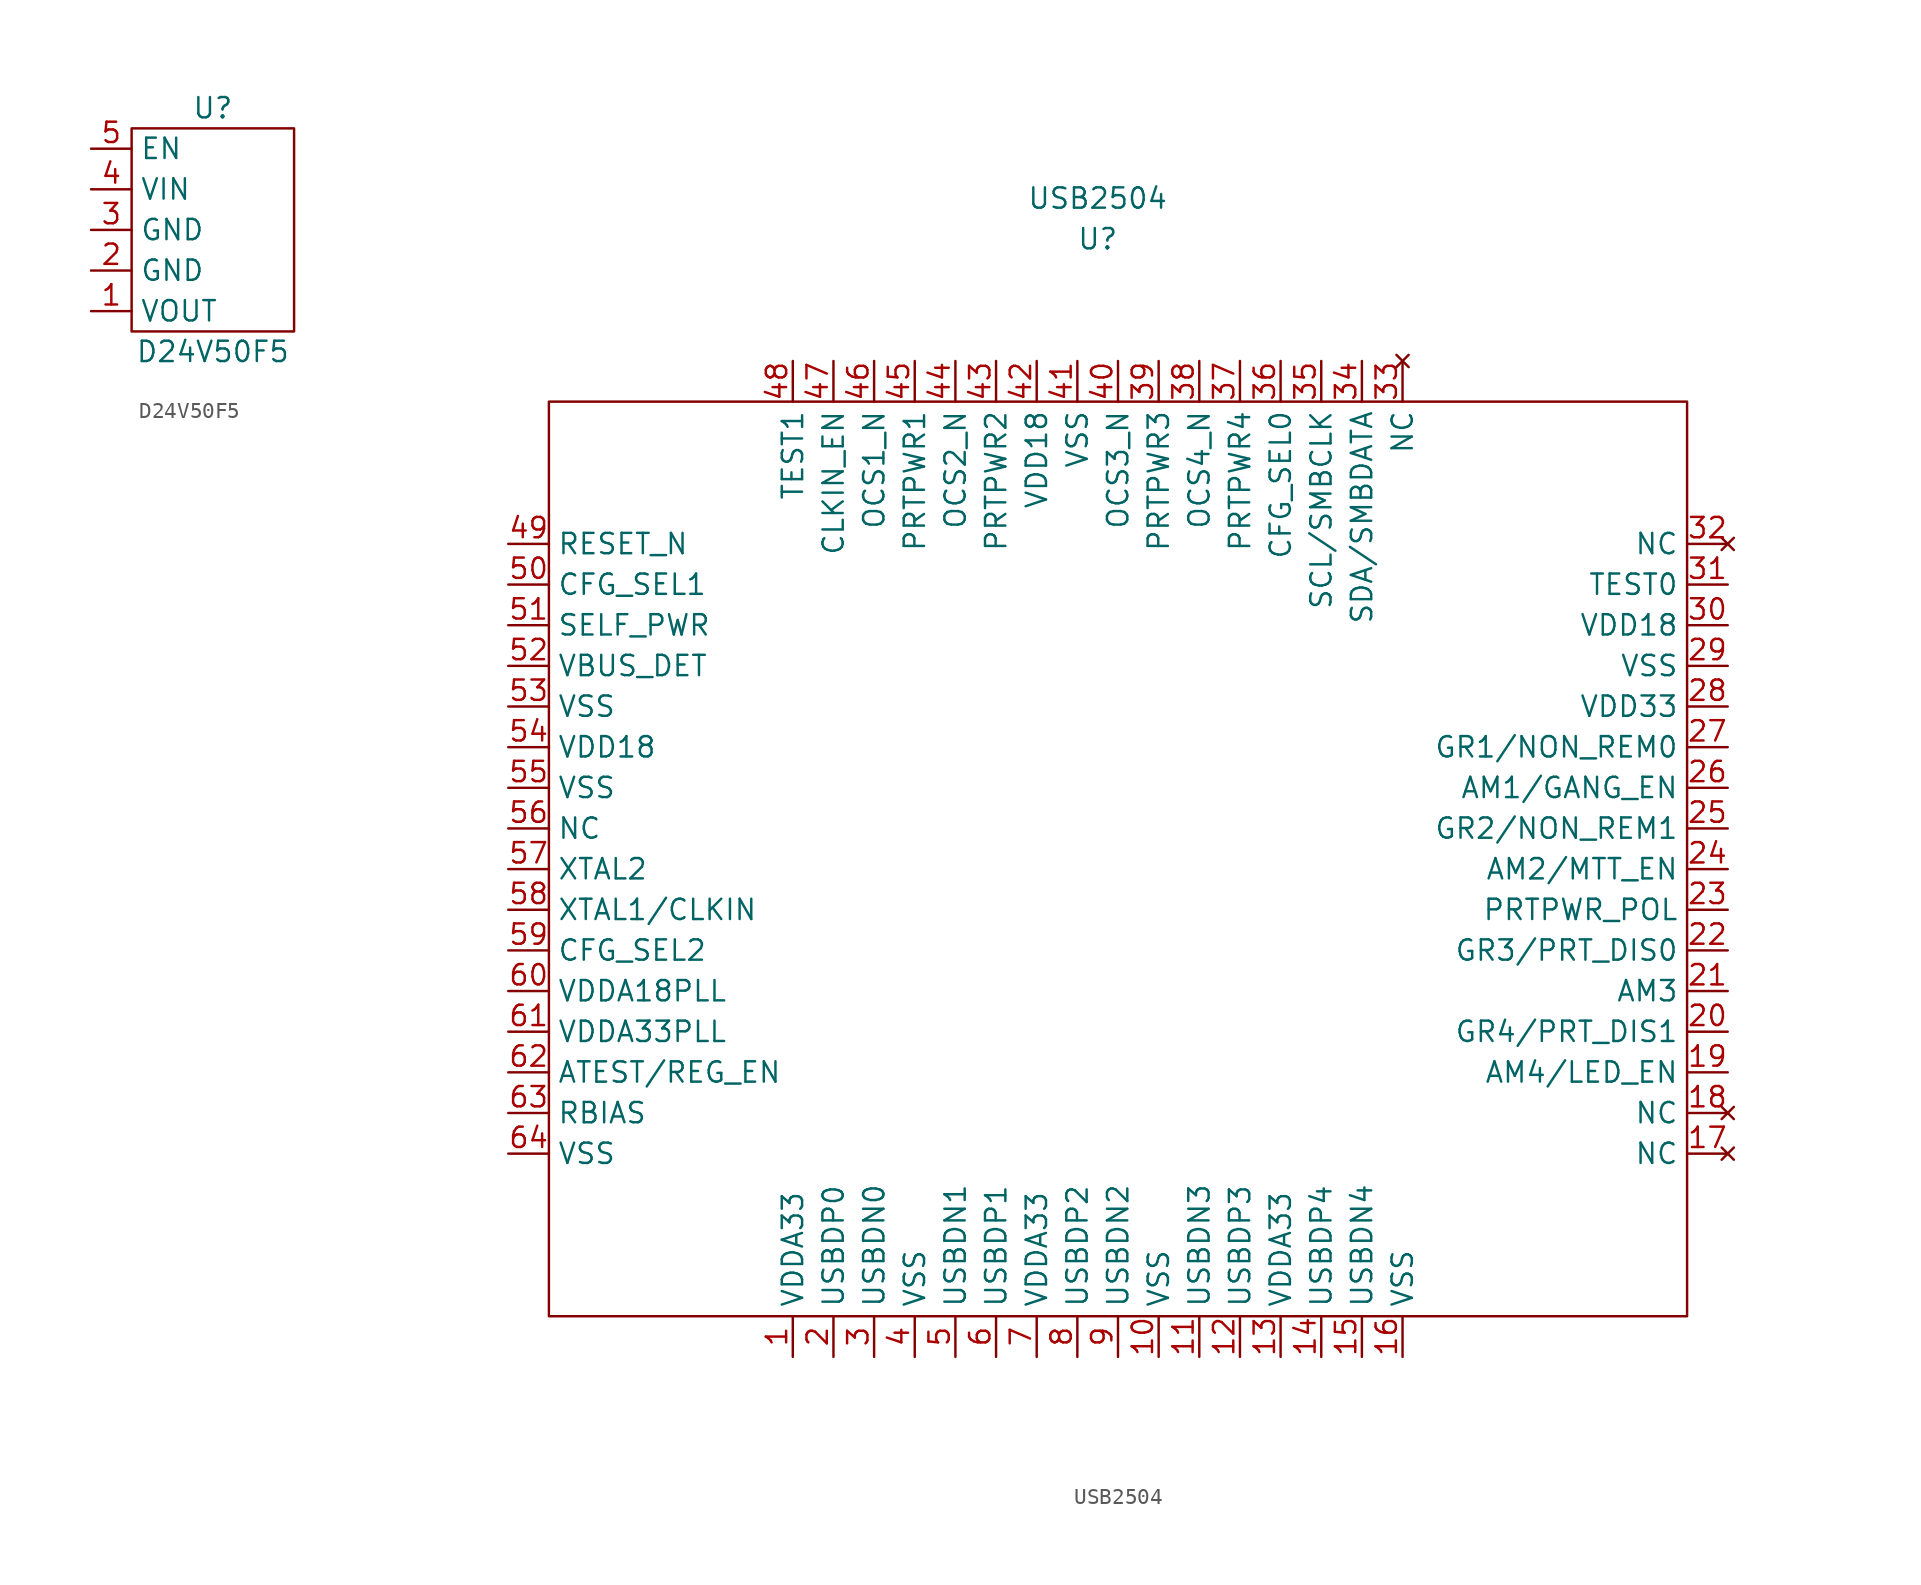
<source format=kicad_sym>
(kicad_symbol_lib
  (version 20211014)
  (generator kicad_symbol_editor)
  (symbol "D24V50F5"
    (property "Reference" "U"
      (at 0 7.62 0)
      (effects (font (size 1.27 1.27))))
    (property "Value" "D24V50F5"
      (at 0 -7.62 0)
      (effects (font (size 1.27 1.27))))
    (symbol "D24V50F5_0_1"
      (rectangle (start -5.08 6.35) (end 5.08 -6.35) (stroke (width 0) (type default) (color 0 0 0 0)) (fill (type none))))
    (symbol "D24V50F5_1_1"
      (pin output line (at -7.62 -5.08 0) (length 2.54) (name "VOUT" (effects (font (size 1.27 1.27)))) (number "1" (effects (font (size 1.27 1.27)))))
      (pin input line (at -7.62 -2.54 0) (length 2.54) (name "GND" (effects (font (size 1.27 1.27)))) (number "2" (effects (font (size 1.27 1.27)))))
      (pin input line (at -7.62 0 0) (length 2.54) (name "GND" (effects (font (size 1.27 1.27)))) (number "3" (effects (font (size 1.27 1.27)))))
      (pin input line (at -7.62 2.54 0) (length 2.54) (name "VIN" (effects (font (size 1.27 1.27)))) (number "4" (effects (font (size 1.27 1.27)))))
      (pin input line (at -7.62 5.08 0) (length 2.54) (name "EN" (effects (font (size 1.27 1.27)))) (number "5" (effects (font (size 1.27 1.27)))))))
  (symbol "USB2504"
    (property "Reference" "U"
      (at 0 38.1 0)
      (effects (font (size 1.27 1.27))))
    (property "Value" "USB2504"
      (at 0 40.64 0)
      (effects (font (size 1.27 1.27))))
    (symbol "USB2504_0_1"
      (rectangle (start -34.29 27.94) (end 36.83 -29.21) (stroke (width 0) (type default) (color 0 0 0 0)) (fill (type none))))
    (symbol "USB2504_1_1"
      (pin input line (at -19.05 -31.75 90) (length 2.54) (name "VDDA33" (effects (font (size 1.27 1.27)))) (number "1" (effects (font (size 1.27 1.27)))))
      (pin input line (at 3.81 -31.75 90) (length 2.54) (name "VSS" (effects (font (size 1.27 1.27)))) (number "10" (effects (font (size 1.27 1.27)))))
      (pin input line (at 6.35 -31.75 90) (length 2.54) (name "USBDN3" (effects (font (size 1.27 1.27)))) (number "11" (effects (font (size 1.27 1.27)))))
      (pin input line (at 8.89 -31.75 90) (length 2.54) (name "USBDP3" (effects (font (size 1.27 1.27)))) (number "12" (effects (font (size 1.27 1.27)))))
      (pin input line (at 11.43 -31.75 90) (length 2.54) (name "VDDA33" (effects (font (size 1.27 1.27)))) (number "13" (effects (font (size 1.27 1.27)))))
      (pin input line (at 13.97 -31.75 90) (length 2.54) (name "USBDP4" (effects (font (size 1.27 1.27)))) (number "14" (effects (font (size 1.27 1.27)))))
      (pin input line (at 16.51 -31.75 90) (length 2.54) (name "USBDN4" (effects (font (size 1.27 1.27)))) (number "15" (effects (font (size 1.27 1.27)))))
      (pin input line (at 19.05 -31.75 90) (length 2.54) (name "VSS" (effects (font (size 1.27 1.27)))) (number "16" (effects (font (size 1.27 1.27)))))
      (pin no_connect line (at 39.37 -19.05 180) (length 2.54) (name "NC" (effects (font (size 1.27 1.27)))) (number "17" (effects (font (size 1.27 1.27)))))
      (pin no_connect line (at 39.37 -16.51 180) (length 2.54) (name "NC" (effects (font (size 1.27 1.27)))) (number "18" (effects (font (size 1.27 1.27)))))
      (pin input line (at 39.37 -13.97 180) (length 2.54) (name "AM4/LED_EN" (effects (font (size 1.27 1.27)))) (number "19" (effects (font (size 1.27 1.27)))))
      (pin input line (at -16.51 -31.75 90) (length 2.54) (name "USBDP0" (effects (font (size 1.27 1.27)))) (number "2" (effects (font (size 1.27 1.27)))))
      (pin input line (at 39.37 -11.43 180) (length 2.54) (name "GR4/PRT_DIS1" (effects (font (size 1.27 1.27)))) (number "20" (effects (font (size 1.27 1.27)))))
      (pin input line (at 39.37 -8.89 180) (length 2.54) (name "AM3" (effects (font (size 1.27 1.27)))) (number "21" (effects (font (size 1.27 1.27)))))
      (pin input line (at 39.37 -6.35 180) (length 2.54) (name "GR3/PRT_DIS0" (effects (font (size 1.27 1.27)))) (number "22" (effects (font (size 1.27 1.27)))))
      (pin input line (at 39.37 -3.81 180) (length 2.54) (name "PRTPWR_POL" (effects (font (size 1.27 1.27)))) (number "23" (effects (font (size 1.27 1.27)))))
      (pin input line (at 39.37 -1.27 180) (length 2.54) (name "AM2/MTT_EN" (effects (font (size 1.27 1.27)))) (number "24" (effects (font (size 1.27 1.27)))))
      (pin input line (at 39.37 1.27 180) (length 2.54) (name "GR2/NON_REM1" (effects (font (size 1.27 1.27)))) (number "25" (effects (font (size 1.27 1.27)))))
      (pin input line (at 39.37 3.81 180) (length 2.54) (name "AM1/GANG_EN" (effects (font (size 1.27 1.27)))) (number "26" (effects (font (size 1.27 1.27)))))
      (pin input line (at 39.37 6.35 180) (length 2.54) (name "GR1/NON_REM0" (effects (font (size 1.27 1.27)))) (number "27" (effects (font (size 1.27 1.27)))))
      (pin input line (at 39.37 8.89 180) (length 2.54) (name "VDD33" (effects (font (size 1.27 1.27)))) (number "28" (effects (font (size 1.27 1.27)))))
      (pin input line (at 39.37 11.43 180) (length 2.54) (name "VSS" (effects (font (size 1.27 1.27)))) (number "29" (effects (font (size 1.27 1.27)))))
      (pin input line (at -13.97 -31.75 90) (length 2.54) (name "USBDN0" (effects (font (size 1.27 1.27)))) (number "3" (effects (font (size 1.27 1.27)))))
      (pin input line (at 39.37 13.97 180) (length 2.54) (name "VDD18" (effects (font (size 1.27 1.27)))) (number "30" (effects (font (size 1.27 1.27)))))
      (pin input line (at 39.37 16.51 180) (length 2.54) (name "TEST0" (effects (font (size 1.27 1.27)))) (number "31" (effects (font (size 1.27 1.27)))))
      (pin no_connect line (at 39.37 19.05 180) (length 2.54) (name "NC" (effects (font (size 1.27 1.27)))) (number "32" (effects (font (size 1.27 1.27)))))
      (pin no_connect line (at 19.05 30.48 270) (length 2.54) (name "NC" (effects (font (size 1.27 1.27)))) (number "33" (effects (font (size 1.27 1.27)))))
      (pin input line (at 16.51 30.48 270) (length 2.54) (name "SDA/SMBDATA" (effects (font (size 1.27 1.27)))) (number "34" (effects (font (size 1.27 1.27)))))
      (pin input line (at 13.97 30.48 270) (length 2.54) (name "SCL/SMBCLK" (effects (font (size 1.27 1.27)))) (number "35" (effects (font (size 1.27 1.27)))))
      (pin input line (at 11.43 30.48 270) (length 2.54) (name "CFG_SEL0" (effects (font (size 1.27 1.27)))) (number "36" (effects (font (size 1.27 1.27)))))
      (pin input line (at 8.89 30.48 270) (length 2.54) (name "PRTPWR4" (effects (font (size 1.27 1.27)))) (number "37" (effects (font (size 1.27 1.27)))))
      (pin input line (at 6.35 30.48 270) (length 2.54) (name "OCS4_N" (effects (font (size 1.27 1.27)))) (number "38" (effects (font (size 1.27 1.27)))))
      (pin input line (at 3.81 30.48 270) (length 2.54) (name "PRTPWR3" (effects (font (size 1.27 1.27)))) (number "39" (effects (font (size 1.27 1.27)))))
      (pin input line (at -11.43 -31.75 90) (length 2.54) (name "VSS" (effects (font (size 1.27 1.27)))) (number "4" (effects (font (size 1.27 1.27)))))
      (pin input line (at 1.27 30.48 270) (length 2.54) (name "OCS3_N" (effects (font (size 1.27 1.27)))) (number "40" (effects (font (size 1.27 1.27)))))
      (pin input line (at -1.27 30.48 270) (length 2.54) (name "VSS" (effects (font (size 1.27 1.27)))) (number "41" (effects (font (size 1.27 1.27)))))
      (pin input line (at -3.81 30.48 270) (length 2.54) (name "VDD18" (effects (font (size 1.27 1.27)))) (number "42" (effects (font (size 1.27 1.27)))))
      (pin input line (at -6.35 30.48 270) (length 2.54) (name "PRTPWR2" (effects (font (size 1.27 1.27)))) (number "43" (effects (font (size 1.27 1.27)))))
      (pin input line (at -8.89 30.48 270) (length 2.54) (name "OCS2_N" (effects (font (size 1.27 1.27)))) (number "44" (effects (font (size 1.27 1.27)))))
      (pin input line (at -11.43 30.48 270) (length 2.54) (name "PRTPWR1" (effects (font (size 1.27 1.27)))) (number "45" (effects (font (size 1.27 1.27)))))
      (pin input line (at -13.97 30.48 270) (length 2.54) (name "OCS1_N" (effects (font (size 1.27 1.27)))) (number "46" (effects (font (size 1.27 1.27)))))
      (pin input line (at -16.51 30.48 270) (length 2.54) (name "CLKIN_EN" (effects (font (size 1.27 1.27)))) (number "47" (effects (font (size 1.27 1.27)))))
      (pin input line (at -19.05 30.48 270) (length 2.54) (name "TEST1" (effects (font (size 1.27 1.27)))) (number "48" (effects (font (size 1.27 1.27)))))
      (pin input line (at -36.83 19.05 0) (length 2.54) (name "RESET_N" (effects (font (size 1.27 1.27)))) (number "49" (effects (font (size 1.27 1.27)))))
      (pin input line (at -8.89 -31.75 90) (length 2.54) (name "USBDN1" (effects (font (size 1.27 1.27)))) (number "5" (effects (font (size 1.27 1.27)))))
      (pin input line (at -36.83 16.51 0) (length 2.54) (name "CFG_SEL1" (effects (font (size 1.27 1.27)))) (number "50" (effects (font (size 1.27 1.27)))))
      (pin input line (at -36.83 13.97 0) (length 2.54) (name "SELF_PWR" (effects (font (size 1.27 1.27)))) (number "51" (effects (font (size 1.27 1.27)))))
      (pin input line (at -36.83 11.43 0) (length 2.54) (name "VBUS_DET" (effects (font (size 1.27 1.27)))) (number "52" (effects (font (size 1.27 1.27)))))
      (pin input line (at -36.83 8.89 0) (length 2.54) (name "VSS" (effects (font (size 1.27 1.27)))) (number "53" (effects (font (size 1.27 1.27)))))
      (pin input line (at -36.83 6.35 0) (length 2.54) (name "VDD18" (effects (font (size 1.27 1.27)))) (number "54" (effects (font (size 1.27 1.27)))))
      (pin input line (at -36.83 3.81 0) (length 2.54) (name "VSS" (effects (font (size 1.27 1.27)))) (number "55" (effects (font (size 1.27 1.27)))))
      (pin input line (at -36.83 1.27 0) (length 2.54) (name "NC" (effects (font (size 1.27 1.27)))) (number "56" (effects (font (size 1.27 1.27)))))
      (pin input line (at -36.83 -1.27 0) (length 2.54) (name "XTAL2" (effects (font (size 1.27 1.27)))) (number "57" (effects (font (size 1.27 1.27)))))
      (pin input line (at -36.83 -3.81 0) (length 2.54) (name "XTAL1/CLKIN" (effects (font (size 1.27 1.27)))) (number "58" (effects (font (size 1.27 1.27)))))
      (pin input line (at -36.83 -6.35 0) (length 2.54) (name "CFG_SEL2" (effects (font (size 1.27 1.27)))) (number "59" (effects (font (size 1.27 1.27)))))
      (pin input line (at -6.35 -31.75 90) (length 2.54) (name "USBDP1" (effects (font (size 1.27 1.27)))) (number "6" (effects (font (size 1.27 1.27)))))
      (pin input line (at -36.83 -8.89 0) (length 2.54) (name "VDDA18PLL" (effects (font (size 1.27 1.27)))) (number "60" (effects (font (size 1.27 1.27)))))
      (pin input line (at -36.83 -11.43 0) (length 2.54) (name "VDDA33PLL" (effects (font (size 1.27 1.27)))) (number "61" (effects (font (size 1.27 1.27)))))
      (pin input line (at -36.83 -13.97 0) (length 2.54) (name "ATEST/REG_EN" (effects (font (size 1.27 1.27)))) (number "62" (effects (font (size 1.27 1.27)))))
      (pin input line (at -36.83 -16.51 0) (length 2.54) (name "RBIAS" (effects (font (size 1.27 1.27)))) (number "63" (effects (font (size 1.27 1.27)))))
      (pin input line (at -36.83 -19.05 0) (length 2.54) (name "VSS" (effects (font (size 1.27 1.27)))) (number "64" (effects (font (size 1.27 1.27)))))
      (pin input line (at -3.81 -31.75 90) (length 2.54) (name "VDDA33" (effects (font (size 1.27 1.27)))) (number "7" (effects (font (size 1.27 1.27)))))
      (pin input line (at -1.27 -31.75 90) (length 2.54) (name "USBDP2" (effects (font (size 1.27 1.27)))) (number "8" (effects (font (size 1.27 1.27)))))
      (pin input line (at 1.27 -31.75 90) (length 2.54) (name "USBDN2" (effects (font (size 1.27 1.27)))) (number "9" (effects (font (size 1.27 1.27))))))))
</source>
